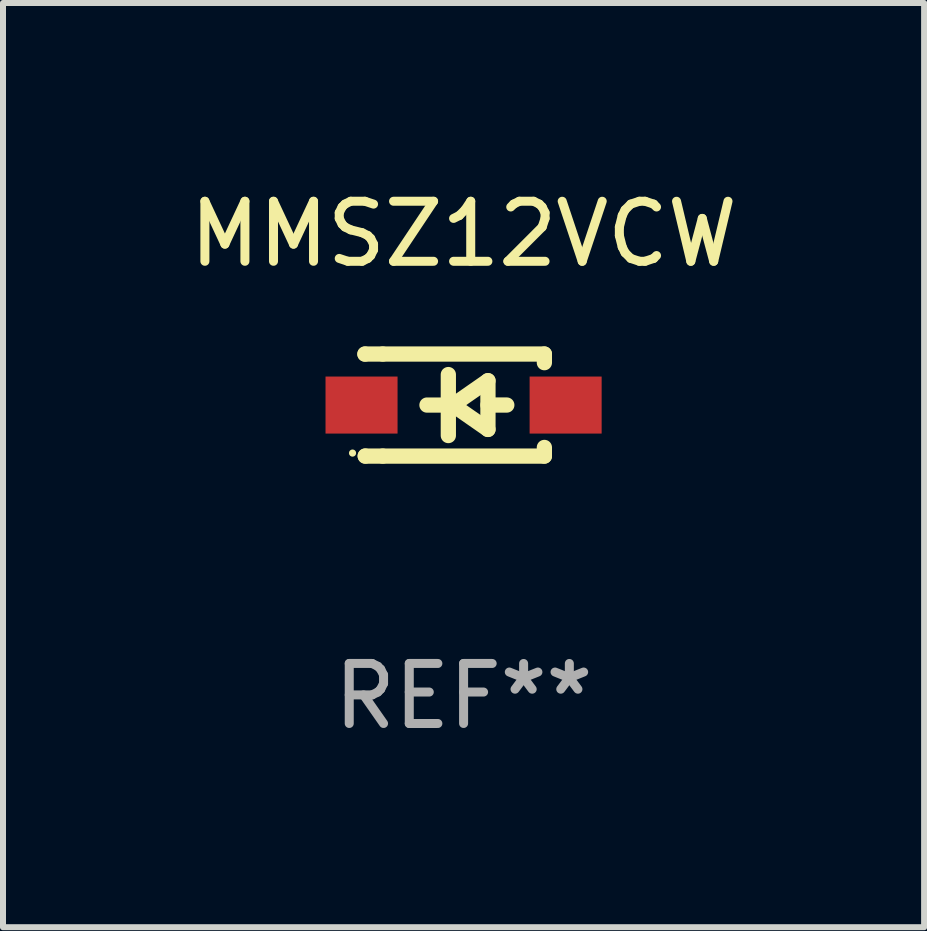
<source format=kicad_pcb>
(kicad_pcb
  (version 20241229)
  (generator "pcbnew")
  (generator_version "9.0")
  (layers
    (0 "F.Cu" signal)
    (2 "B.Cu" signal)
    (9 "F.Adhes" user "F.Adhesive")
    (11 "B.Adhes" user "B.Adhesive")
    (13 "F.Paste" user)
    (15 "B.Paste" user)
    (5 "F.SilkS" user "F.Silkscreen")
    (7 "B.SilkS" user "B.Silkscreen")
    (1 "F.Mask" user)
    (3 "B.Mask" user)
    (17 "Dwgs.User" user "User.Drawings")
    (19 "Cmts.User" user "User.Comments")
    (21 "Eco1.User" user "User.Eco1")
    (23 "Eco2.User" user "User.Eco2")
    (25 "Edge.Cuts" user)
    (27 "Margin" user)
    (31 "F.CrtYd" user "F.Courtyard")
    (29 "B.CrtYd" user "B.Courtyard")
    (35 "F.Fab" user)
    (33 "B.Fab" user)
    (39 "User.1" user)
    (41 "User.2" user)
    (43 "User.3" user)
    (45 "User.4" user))
  (footprint "MMSZ12VCW"
    (layer "F.Cu")
    (at 4.673 3.698)
    (property "Reference" "MMSZ12VCW" (at 0 -2.85 0) (layer "F.SilkS") (effects (font (size 1 1) (thickness 0.15))))
    (attr through_hole)
    (fp_line (start -1.643 -0.85) (end -1.644 -0.849) (stroke (width 0.254) (type solid)) (layer "F.SilkS"))
    (fp_line (start -1.638 0.85) (end -1.639 0.849) (stroke (width 0.254) (type solid)) (layer "F.SilkS"))
    (fp_line (start -1.346 -0.85) (end -1.643 -0.85) (stroke (width 0.254) (type solid)) (layer "F.SilkS"))
    (fp_line (start -1.346 -0.85) (end 1.346 -0.85) (stroke (width 0.254) (type solid)) (layer "F.SilkS"))
    (fp_line (start -1.346 0.85) (end -1.638 0.85) (stroke (width 0.254) (type solid)) (layer "F.SilkS"))
    (fp_line (start -0.28 0) (end -0.61 0) (stroke (width 0.254) (type solid)) (layer "F.SilkS"))
    (fp_line (start -0.254 -0.508) (end -0.254 0.508) (stroke (width 0.254) (type solid)) (layer "F.SilkS"))
    (fp_line (start -0.178 0) (end 0.406 -0.406) (stroke (width 0.254) (type solid)) (layer "F.SilkS"))
    (fp_line (start 0.406 -0.406) (end 0.406 0.406) (stroke (width 0.254) (type solid)) (layer "F.SilkS"))
    (fp_line (start 0.406 -0.000254) (end 0.72 -0.000254) (stroke (width 0.254) (type solid)) (layer "F.SilkS"))
    (fp_line (start 0.406 0.406) (end -0.178 0) (stroke (width 0.254) (type solid)) (layer "F.SilkS"))
    (fp_line (start 1.346 -0.85) (end 1.346 -0.706) (stroke (width 0.254) (type solid)) (layer "F.SilkS"))
    (fp_line (start 1.346 0.706) (end 1.346 0.85) (stroke (width 0.254) (type solid)) (layer "F.SilkS"))
    (fp_line (start 1.346 0.85) (end -1.346 0.85) (stroke (width 0.254) (type solid)) (layer "F.SilkS"))
    (fp_circle (center -1.85 0.8) (end -1.82 0.8) (stroke (width 0.06) (type solid)) (fill no) (layer "F.SilkS"))
    (fp_text user "REF**" (at 0 4.85 0) (layer "F.Fab") (effects (font (size 1 1) (thickness 0.15))))
    (pad "1" smd rect (at -1.7 0) (size 1.2 0.95) (layers "F.Cu" "F.Mask" "F.Paste"))
    (pad "2" smd rect (at 1.7 0) (size 1.2 0.95) (layers "F.Cu" "F.Mask" "F.Paste")))
  (gr_rect
    (start -3 -3)
    (end 12.345 12.397)
    (stroke (width 0.1) (type default))
    (fill no)
    (layer "Edge.Cuts")))
</source>
